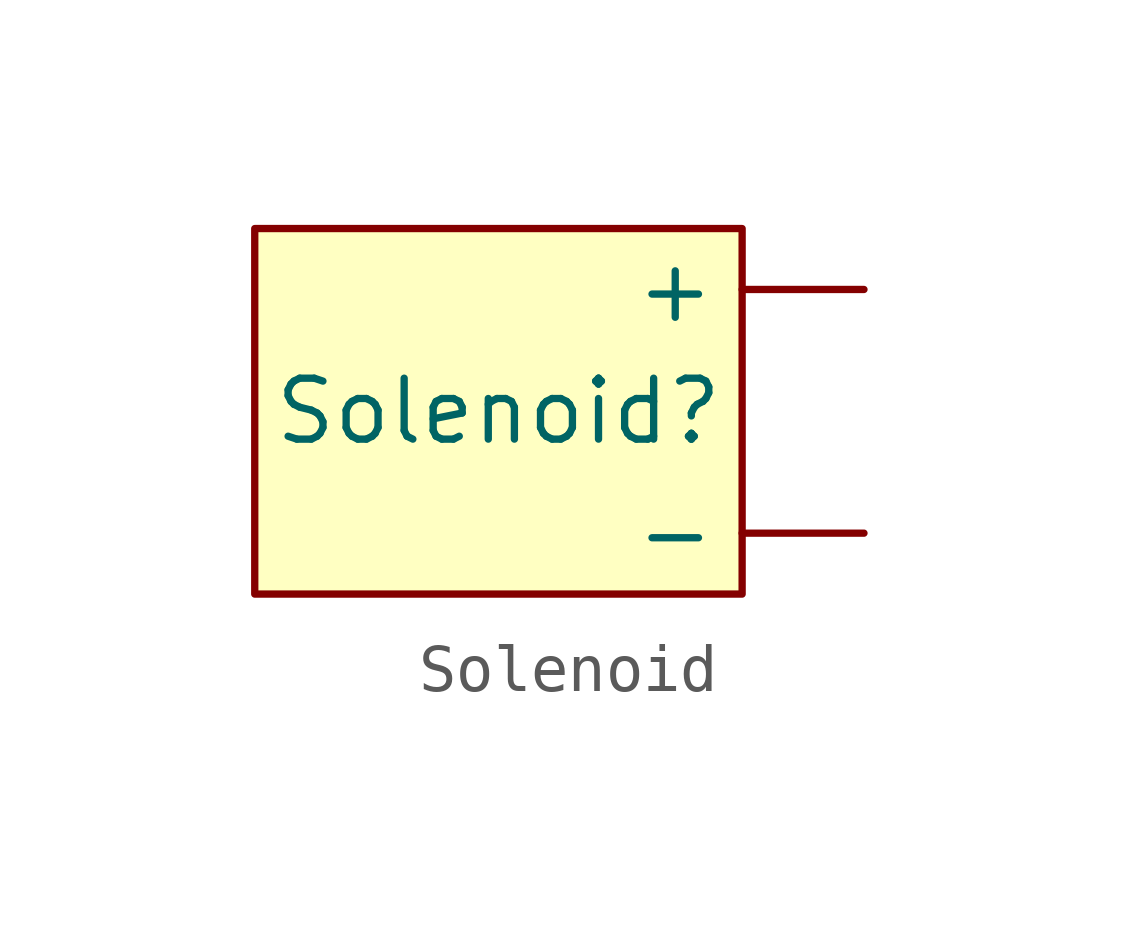
<source format=kicad_sym>
(kicad_symbol_lib
  (version 20231120)
  (generator "kicad_symbol_editor")
  (generator_version "8.0")
  (symbol "Solenoid"
    (property "Reference" "Solenoid"
      (at 0 0 0)
      (effects (font (size 1.27 1.27))))
    (property "Value" ""
      (at 0 0 0)
      (effects (font (size 1.27 1.27))))
    (symbol "Solenoid_0_1"
      (rectangle (start -5.08 3.81) (end 5.08 -3.81) (stroke (width 0) (type default)) (fill (type background))))
    (symbol "Solenoid_1_1"
      (pin input line (at 7.62 2.54 180) (length 2.54) (name "+" (effects (font (size 1.27 1.27)))) (number "" (effects (font (size 1.27 1.27)))))
      (pin input line (at 7.62 -2.54 180) (length 2.54) (name "-" (effects (font (size 1.27 1.27)))) (number "" (effects (font (size 1.27 1.27))))))))
</source>
